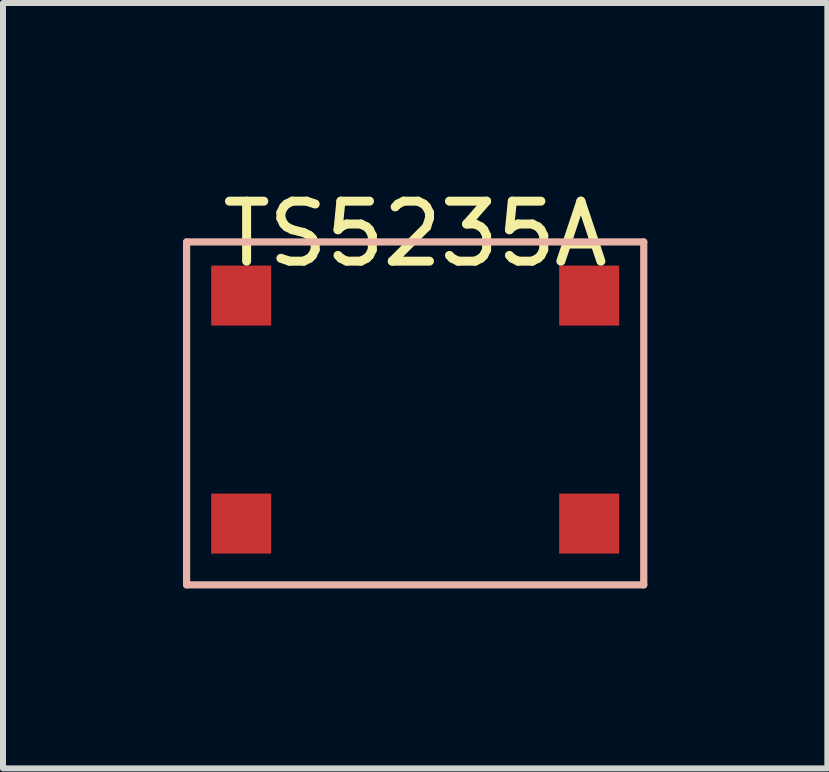
<source format=kicad_pcb>
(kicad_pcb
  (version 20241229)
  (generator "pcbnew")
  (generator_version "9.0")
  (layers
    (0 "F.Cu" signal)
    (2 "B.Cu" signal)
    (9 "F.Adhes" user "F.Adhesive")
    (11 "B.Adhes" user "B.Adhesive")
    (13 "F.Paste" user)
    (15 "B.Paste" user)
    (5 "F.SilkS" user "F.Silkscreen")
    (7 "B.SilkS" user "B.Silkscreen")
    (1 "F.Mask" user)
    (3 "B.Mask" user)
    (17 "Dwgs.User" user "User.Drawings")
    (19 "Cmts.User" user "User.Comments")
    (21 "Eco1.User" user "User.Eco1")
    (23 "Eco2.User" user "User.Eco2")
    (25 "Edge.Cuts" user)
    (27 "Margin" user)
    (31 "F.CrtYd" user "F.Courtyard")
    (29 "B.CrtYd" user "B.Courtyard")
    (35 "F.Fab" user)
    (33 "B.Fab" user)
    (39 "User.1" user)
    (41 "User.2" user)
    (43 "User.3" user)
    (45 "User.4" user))
  (footprint "TS5235A"
    (layer "F.Cu")
    (at 3.87 3.777)
    (property "Reference" "TS5235A" (at 0 -2.929 0) (layer "F.SilkS") (effects (font (size 1 1) (thickness 0.15))))
    (attr through_hole)
    (fp_line (start -3.81 -2.794) (end 3.81 -2.794) (stroke (width 0.12) (type solid)) (layer "B.SilkS"))
    (fp_line (start -3.81 2.921) (end -3.81 -2.794) (stroke (width 0.12) (type solid)) (layer "B.SilkS"))
    (fp_line (start 3.81 -2.794) (end 3.81 2.921) (stroke (width 0.12) (type solid)) (layer "B.SilkS"))
    (fp_line (start 3.81 2.921) (end -3.81 2.921) (stroke (width 0.12) (type solid)) (layer "B.SilkS"))
    (pad "1" smd rect (at -2.9 -1.9) (size 1 1) (layers "F.Cu" "F.Mask" "F.Paste"))
    (pad "2" smd rect (at 2.9 -1.9) (size 1 1) (layers "F.Cu" "F.Mask" "F.Paste"))
    (pad "3" smd rect (at -2.9 1.9) (size 1 1) (layers "F.Cu" "F.Mask" "F.Paste"))
    (pad "4" smd rect (at 2.9 1.9) (size 1 1) (layers "F.Cu" "F.Mask" "F.Paste")))
  (gr_rect
    (start -3 -3)
    (end 10.74 9.758)
    (stroke (width 0.1) (type default))
    (fill no)
    (layer "Edge.Cuts")))
</source>
